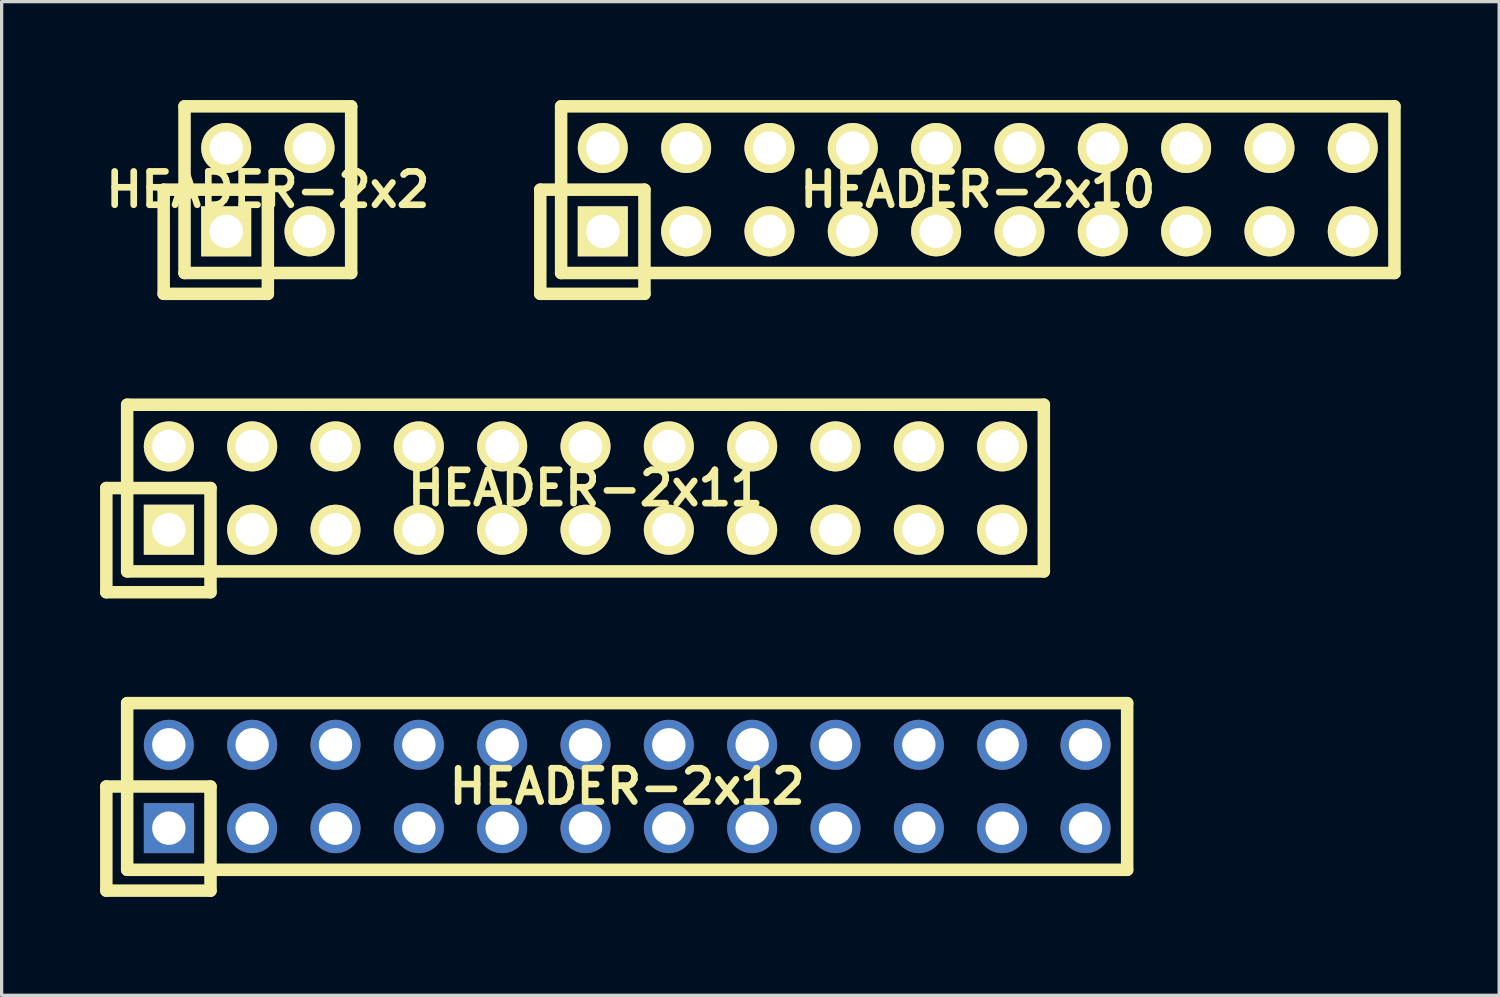
<source format=kicad_pcb>
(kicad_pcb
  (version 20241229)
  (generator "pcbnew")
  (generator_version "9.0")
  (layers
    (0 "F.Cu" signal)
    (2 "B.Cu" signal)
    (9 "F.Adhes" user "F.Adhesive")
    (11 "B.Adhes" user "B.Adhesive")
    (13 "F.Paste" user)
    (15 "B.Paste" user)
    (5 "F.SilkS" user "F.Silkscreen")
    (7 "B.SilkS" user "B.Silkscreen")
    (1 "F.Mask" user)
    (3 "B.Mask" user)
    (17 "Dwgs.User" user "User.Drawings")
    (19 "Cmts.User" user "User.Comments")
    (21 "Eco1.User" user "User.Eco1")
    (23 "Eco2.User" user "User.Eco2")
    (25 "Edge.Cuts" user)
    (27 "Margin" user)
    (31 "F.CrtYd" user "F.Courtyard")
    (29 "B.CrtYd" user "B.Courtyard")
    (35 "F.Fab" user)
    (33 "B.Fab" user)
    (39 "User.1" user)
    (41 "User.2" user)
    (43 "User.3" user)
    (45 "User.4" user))
  (footprint "HEADER-2x10"
    (layer "F.Cu")
    (at 26.753 2.731)
    (property "Reference" "HEADER-2x10" (at 0 0 0) (layer "F.SilkS") (effects (font (size 1.016 1.016) (thickness 0.203))))
    (attr through_hole)
    (fp_line (start -13.335 0) (end -13.335 3.175) (stroke (width 0.381) (type solid)) (layer "F.SilkS"))
    (fp_line (start -13.335 3.175) (end -10.16 3.175) (stroke (width 0.381) (type solid)) (layer "F.SilkS"))
    (fp_line (start -12.7 -2.54) (end 12.7 -2.54) (stroke (width 0.381) (type solid)) (layer "F.SilkS"))
    (fp_line (start -12.7 2.54) (end -12.7 -2.54) (stroke (width 0.381) (type solid)) (layer "F.SilkS"))
    (fp_line (start -10.16 0) (end -13.335 0) (stroke (width 0.381) (type solid)) (layer "F.SilkS"))
    (fp_line (start -10.16 3.175) (end -10.16 0) (stroke (width 0.381) (type solid)) (layer "F.SilkS"))
    (fp_line (start 12.7 -2.54) (end 12.7 2.54) (stroke (width 0.381) (type solid)) (layer "F.SilkS"))
    (fp_line (start 12.7 2.54) (end -12.7 2.54) (stroke (width 0.381) (type solid)) (layer "F.SilkS"))
    (pad "1" thru_hole rect (at -11.43 1.27) (size 1.524 1.524) (drill 1.016) (layers "*.Cu" "*.Mask" "F.SilkS"))
    (pad "2" thru_hole circle (at -11.43 -1.27) (size 1.524 1.524) (drill 1.016) (layers "*.Cu" "*.Mask" "F.SilkS"))
    (pad "3" thru_hole circle (at -8.89 1.27) (size 1.524 1.524) (drill 1.016) (layers "*.Cu" "*.Mask" "F.SilkS"))
    (pad "4" thru_hole circle (at -8.89 -1.27) (size 1.524 1.524) (drill 1.016) (layers "*.Cu" "*.Mask" "F.SilkS"))
    (pad "5" thru_hole circle (at -6.35 1.27) (size 1.524 1.524) (drill 1.016) (layers "*.Cu" "*.Mask" "F.SilkS"))
    (pad "6" thru_hole circle (at -6.35 -1.27) (size 1.524 1.524) (drill 1.016) (layers "*.Cu" "*.Mask" "F.SilkS"))
    (pad "7" thru_hole circle (at -3.81 1.27) (size 1.524 1.524) (drill 1.016) (layers "*.Cu" "*.Mask" "F.SilkS"))
    (pad "8" thru_hole circle (at -3.81 -1.27) (size 1.524 1.524) (drill 1.016) (layers "*.Cu" "*.Mask" "F.SilkS"))
    (pad "9" thru_hole circle (at -1.27 1.27) (size 1.524 1.524) (drill 1.016) (layers "*.Cu" "*.Mask" "F.SilkS"))
    (pad "10" thru_hole circle (at -1.27 -1.27) (size 1.524 1.524) (drill 1.016) (layers "*.Cu" "*.Mask" "F.SilkS"))
    (pad "11" thru_hole circle (at 1.27 1.27) (size 1.524 1.524) (drill 1.016) (layers "*.Cu" "*.Mask" "F.SilkS"))
    (pad "12" thru_hole circle (at 1.27 -1.27) (size 1.524 1.524) (drill 1.016) (layers "*.Cu" "*.Mask" "F.SilkS"))
    (pad "13" thru_hole circle (at 3.81 1.27) (size 1.524 1.524) (drill 1.016) (layers "*.Cu" "*.Mask" "F.SilkS"))
    (pad "14" thru_hole circle (at 3.81 -1.27) (size 1.524 1.524) (drill 1.016) (layers "*.Cu" "*.Mask" "F.SilkS"))
    (pad "15" thru_hole circle (at 6.35 1.27) (size 1.524 1.524) (drill 1.016) (layers "*.Cu" "*.Mask" "F.SilkS"))
    (pad "16" thru_hole circle (at 6.35 -1.27) (size 1.524 1.524) (drill 1.016) (layers "*.Cu" "*.Mask" "F.SilkS"))
    (pad "17" thru_hole circle (at 8.89 1.27) (size 1.524 1.524) (drill 1.016) (layers "*.Cu" "*.Mask" "F.SilkS"))
    (pad "18" thru_hole circle (at 8.89 -1.27) (size 1.524 1.524) (drill 1.016) (layers "*.Cu" "*.Mask" "F.SilkS"))
    (pad "19" thru_hole circle (at 11.43 1.27) (size 1.524 1.524) (drill 1.016) (layers "*.Cu" "*.Mask" "F.SilkS"))
    (pad "20" thru_hole circle (at 11.43 -1.27) (size 1.524 1.524) (drill 1.016) (layers "*.Cu" "*.Mask" "F.SilkS")))
  (footprint "HEADER-2x12"
    (layer "F.Cu")
    (at 16.066 20.922)
    (property "Reference" "HEADER-2x12" (at 0 0 0) (layer "F.SilkS") (effects (font (size 1.016 1.016) (thickness 0.203))))
    (attr through_hole)
    (fp_line (start -15.875 0) (end -15.875 3.175) (stroke (width 0.381) (type solid)) (layer "F.SilkS"))
    (fp_line (start -15.875 3.175) (end -12.7 3.175) (stroke (width 0.381) (type solid)) (layer "F.SilkS"))
    (fp_line (start -15.24 -2.54) (end 15.24 -2.54) (stroke (width 0.381) (type solid)) (layer "F.SilkS"))
    (fp_line (start -15.24 2.54) (end -15.24 -2.54) (stroke (width 0.381) (type solid)) (layer "F.SilkS"))
    (fp_line (start -12.7 0) (end -15.875 0) (stroke (width 0.381) (type solid)) (layer "F.SilkS"))
    (fp_line (start -12.7 3.175) (end -12.7 0) (stroke (width 0.381) (type solid)) (layer "F.SilkS"))
    (fp_line (start 15.24 -2.54) (end 15.24 2.54) (stroke (width 0.381) (type solid)) (layer "F.SilkS"))
    (fp_line (start 15.24 2.54) (end -15.24 2.54) (stroke (width 0.381) (type solid)) (layer "F.SilkS"))
    (pad "1" thru_hole rect (at -13.97 1.27) (size 1.524 1.524) (drill 1.016) (layers "*.Cu" "*.Mask"))
    (pad "2" thru_hole circle (at -13.97 -1.27) (size 1.524 1.524) (drill 1.016) (layers "*.Cu" "*.Mask"))
    (pad "3" thru_hole circle (at -11.43 1.27) (size 1.524 1.524) (drill 1.016) (layers "*.Cu" "*.Mask"))
    (pad "4" thru_hole circle (at -11.43 -1.27) (size 1.524 1.524) (drill 1.016) (layers "*.Cu" "*.Mask"))
    (pad "5" thru_hole circle (at -8.89 1.27) (size 1.524 1.524) (drill 1.016) (layers "*.Cu" "*.Mask"))
    (pad "6" thru_hole circle (at -8.89 -1.27) (size 1.524 1.524) (drill 1.016) (layers "*.Cu" "*.Mask"))
    (pad "7" thru_hole circle (at -6.35 1.27) (size 1.524 1.524) (drill 1.016) (layers "*.Cu" "*.Mask"))
    (pad "8" thru_hole circle (at -6.35 -1.27) (size 1.524 1.524) (drill 1.016) (layers "*.Cu" "*.Mask"))
    (pad "9" thru_hole circle (at -3.81 1.27) (size 1.524 1.524) (drill 1.016) (layers "*.Cu" "*.Mask"))
    (pad "10" thru_hole circle (at -3.81 -1.27) (size 1.524 1.524) (drill 1.016) (layers "*.Cu" "*.Mask"))
    (pad "11" thru_hole circle (at -1.27 1.27) (size 1.524 1.524) (drill 1.016) (layers "*.Cu" "*.Mask"))
    (pad "12" thru_hole circle (at -1.27 -1.27) (size 1.524 1.524) (drill 1.016) (layers "*.Cu" "*.Mask"))
    (pad "13" thru_hole circle (at 1.27 1.27) (size 1.524 1.524) (drill 1.016) (layers "*.Cu" "*.Mask"))
    (pad "14" thru_hole circle (at 1.27 -1.27) (size 1.524 1.524) (drill 1.016) (layers "*.Cu" "*.Mask"))
    (pad "15" thru_hole circle (at 3.81 1.27) (size 1.524 1.524) (drill 1.016) (layers "*.Cu" "*.Mask"))
    (pad "16" thru_hole circle (at 3.81 -1.27) (size 1.524 1.524) (drill 1.016) (layers "*.Cu" "*.Mask"))
    (pad "17" thru_hole circle (at 6.35 1.27) (size 1.524 1.524) (drill 1.016) (layers "*.Cu" "*.Mask"))
    (pad "18" thru_hole circle (at 6.35 -1.27) (size 1.524 1.524) (drill 1.016) (layers "*.Cu" "*.Mask"))
    (pad "19" thru_hole circle (at 8.89 1.27) (size 1.524 1.524) (drill 1.016) (layers "*.Cu" "*.Mask"))
    (pad "20" thru_hole circle (at 8.89 -1.27) (size 1.524 1.524) (drill 1.016) (layers "*.Cu" "*.Mask"))
    (pad "21" thru_hole circle (at 11.43 1.27) (size 1.524 1.524) (drill 1.016) (layers "*.Cu" "*.Mask"))
    (pad "22" thru_hole circle (at 11.43 -1.27) (size 1.524 1.524) (drill 1.016) (layers "*.Cu" "*.Mask"))
    (pad "23" thru_hole circle (at 13.97 1.27) (size 1.524 1.524) (drill 1.016) (layers "*.Cu" "*.Mask"))
    (pad "24" thru_hole circle (at 13.97 -1.27) (size 1.524 1.524) (drill 1.016) (layers "*.Cu" "*.Mask")))
  (footprint "HEADER-2x2"
    (layer "F.Cu")
    (at 5.114 2.731)
    (property "Reference" "HEADER-2x2" (at 0 0 0) (layer "F.SilkS") (effects (font (size 1.016 1.016) (thickness 0.203))))
    (attr through_hole)
    (fp_line (start -3.175 0) (end -3.175 3.175) (stroke (width 0.381) (type solid)) (layer "F.SilkS"))
    (fp_line (start -3.175 3.175) (end 0 3.175) (stroke (width 0.381) (type solid)) (layer "F.SilkS"))
    (fp_line (start -2.54 -2.54) (end 2.54 -2.54) (stroke (width 0.381) (type solid)) (layer "F.SilkS"))
    (fp_line (start -2.54 2.54) (end -2.54 -2.54) (stroke (width 0.381) (type solid)) (layer "F.SilkS"))
    (fp_line (start 0 0) (end -3.175 0) (stroke (width 0.381) (type solid)) (layer "F.SilkS"))
    (fp_line (start 0 3.175) (end 0 0) (stroke (width 0.381) (type solid)) (layer "F.SilkS"))
    (fp_line (start 2.54 -2.54) (end 2.54 2.54) (stroke (width 0.381) (type solid)) (layer "F.SilkS"))
    (fp_line (start 2.54 2.54) (end -2.54 2.54) (stroke (width 0.381) (type solid)) (layer "F.SilkS"))
    (pad "1" thru_hole rect (at -1.27 1.27) (size 1.524 1.524) (drill 1.016) (layers "*.Cu" "*.Mask" "F.SilkS"))
    (pad "2" thru_hole circle (at -1.27 -1.27) (size 1.524 1.524) (drill 1.016) (layers "*.Cu" "*.Mask" "F.SilkS"))
    (pad "3" thru_hole circle (at 1.27 1.27) (size 1.524 1.524) (drill 1.016) (layers "*.Cu" "*.Mask" "F.SilkS"))
    (pad "4" thru_hole circle (at 1.27 -1.27) (size 1.524 1.524) (drill 1.016) (layers "*.Cu" "*.Mask" "F.SilkS")))
  (footprint "HEADER-2x11"
    (layer "F.Cu")
    (at 14.796 11.826)
    (property "Reference" "HEADER-2x11" (at 0 0 0) (layer "F.SilkS") (effects (font (size 1.016 1.016) (thickness 0.203))))
    (attr through_hole)
    (fp_line (start -14.605 0) (end -14.605 3.175) (stroke (width 0.381) (type solid)) (layer "F.SilkS"))
    (fp_line (start -14.605 3.175) (end -11.43 3.175) (stroke (width 0.381) (type solid)) (layer "F.SilkS"))
    (fp_line (start -13.97 -2.54) (end 13.97 -2.54) (stroke (width 0.381) (type solid)) (layer "F.SilkS"))
    (fp_line (start -13.97 2.54) (end -13.97 -2.54) (stroke (width 0.381) (type solid)) (layer "F.SilkS"))
    (fp_line (start -11.43 0) (end -14.605 0) (stroke (width 0.381) (type solid)) (layer "F.SilkS"))
    (fp_line (start -11.43 3.175) (end -11.43 0) (stroke (width 0.381) (type solid)) (layer "F.SilkS"))
    (fp_line (start 13.97 -2.54) (end 13.97 2.54) (stroke (width 0.381) (type solid)) (layer "F.SilkS"))
    (fp_line (start 13.97 2.54) (end -13.97 2.54) (stroke (width 0.381) (type solid)) (layer "F.SilkS"))
    (pad "1" thru_hole rect (at -12.7 1.27) (size 1.524 1.524) (drill 1.016) (layers "*.Cu" "*.Mask" "F.SilkS"))
    (pad "2" thru_hole circle (at -12.7 -1.27) (size 1.524 1.524) (drill 1.016) (layers "*.Cu" "*.Mask" "F.SilkS"))
    (pad "3" thru_hole circle (at -10.16 1.27) (size 1.524 1.524) (drill 1.016) (layers "*.Cu" "*.Mask" "F.SilkS"))
    (pad "4" thru_hole circle (at -10.16 -1.27) (size 1.524 1.524) (drill 1.016) (layers "*.Cu" "*.Mask" "F.SilkS"))
    (pad "5" thru_hole circle (at -7.62 1.27) (size 1.524 1.524) (drill 1.016) (layers "*.Cu" "*.Mask" "F.SilkS"))
    (pad "6" thru_hole circle (at -7.62 -1.27) (size 1.524 1.524) (drill 1.016) (layers "*.Cu" "*.Mask" "F.SilkS"))
    (pad "7" thru_hole circle (at -5.08 1.27) (size 1.524 1.524) (drill 1.016) (layers "*.Cu" "*.Mask" "F.SilkS"))
    (pad "8" thru_hole circle (at -5.08 -1.27) (size 1.524 1.524) (drill 1.016) (layers "*.Cu" "*.Mask" "F.SilkS"))
    (pad "9" thru_hole circle (at -2.54 1.27) (size 1.524 1.524) (drill 1.016) (layers "*.Cu" "*.Mask" "F.SilkS"))
    (pad "10" thru_hole circle (at -2.54 -1.27) (size 1.524 1.524) (drill 1.016) (layers "*.Cu" "*.Mask" "F.SilkS"))
    (pad "11" thru_hole circle (at 0 1.27) (size 1.524 1.524) (drill 1.016) (layers "*.Cu" "*.Mask" "F.SilkS"))
    (pad "12" thru_hole circle (at 0 -1.27) (size 1.524 1.524) (drill 1.016) (layers "*.Cu" "*.Mask" "F.SilkS"))
    (pad "13" thru_hole circle (at 2.54 1.27) (size 1.524 1.524) (drill 1.016) (layers "*.Cu" "*.Mask" "F.SilkS"))
    (pad "14" thru_hole circle (at 2.54 -1.27) (size 1.524 1.524) (drill 1.016) (layers "*.Cu" "*.Mask" "F.SilkS"))
    (pad "15" thru_hole circle (at 5.08 1.27) (size 1.524 1.524) (drill 1.016) (layers "*.Cu" "*.Mask" "F.SilkS"))
    (pad "16" thru_hole circle (at 5.08 -1.27) (size 1.524 1.524) (drill 1.016) (layers "*.Cu" "*.Mask" "F.SilkS"))
    (pad "17" thru_hole circle (at 7.62 1.27) (size 1.524 1.524) (drill 1.016) (layers "*.Cu" "*.Mask" "F.SilkS"))
    (pad "18" thru_hole circle (at 7.62 -1.27) (size 1.524 1.524) (drill 1.016) (layers "*.Cu" "*.Mask" "F.SilkS"))
    (pad "19" thru_hole circle (at 10.16 1.27) (size 1.524 1.524) (drill 1.016) (layers "*.Cu" "*.Mask" "F.SilkS"))
    (pad "20" thru_hole circle (at 10.16 -1.27) (size 1.524 1.524) (drill 1.016) (layers "*.Cu" "*.Mask" "F.SilkS"))
    (pad "21" thru_hole circle (at 12.7 1.27) (size 1.524 1.524) (drill 1.016) (layers "*.Cu" "*.Mask" "F.SilkS"))
    (pad "22" thru_hole circle (at 12.7 -1.27) (size 1.524 1.524) (drill 1.016) (layers "*.Cu" "*.Mask" "F.SilkS")))
  (gr_rect
    (start -3 -3)
    (end 42.644 27.288)
    (stroke (width 0.1) (type default))
    (fill no)
    (layer "Edge.Cuts")))
</source>
